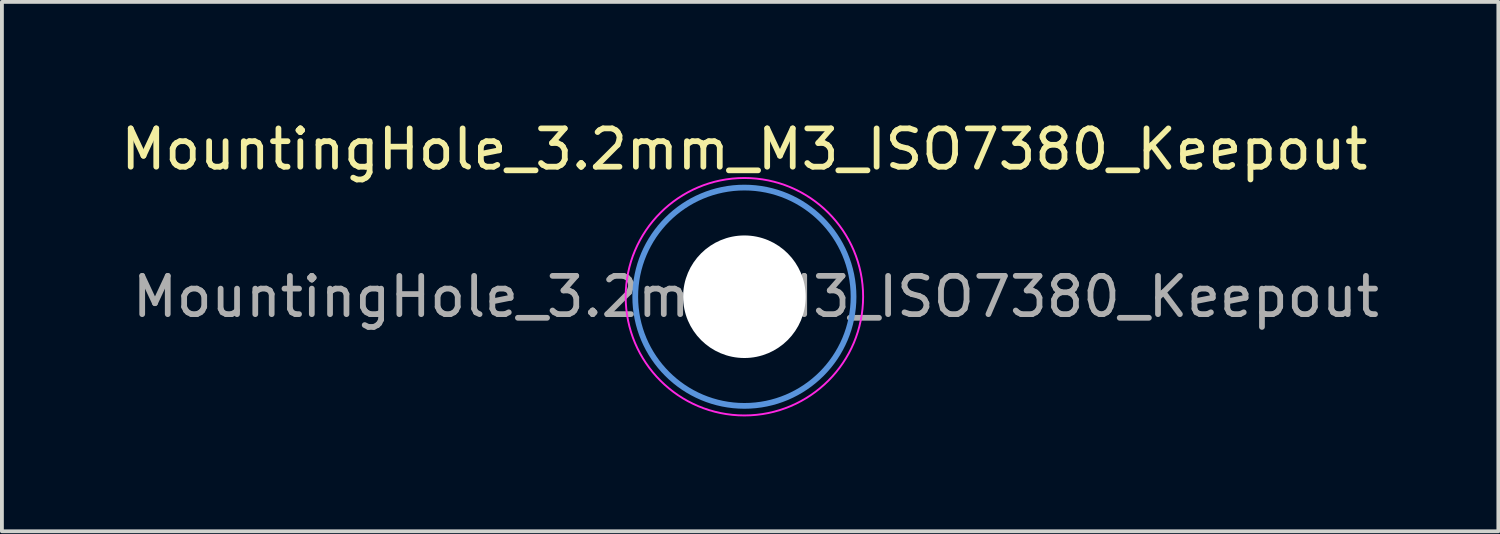
<source format=kicad_pcb>
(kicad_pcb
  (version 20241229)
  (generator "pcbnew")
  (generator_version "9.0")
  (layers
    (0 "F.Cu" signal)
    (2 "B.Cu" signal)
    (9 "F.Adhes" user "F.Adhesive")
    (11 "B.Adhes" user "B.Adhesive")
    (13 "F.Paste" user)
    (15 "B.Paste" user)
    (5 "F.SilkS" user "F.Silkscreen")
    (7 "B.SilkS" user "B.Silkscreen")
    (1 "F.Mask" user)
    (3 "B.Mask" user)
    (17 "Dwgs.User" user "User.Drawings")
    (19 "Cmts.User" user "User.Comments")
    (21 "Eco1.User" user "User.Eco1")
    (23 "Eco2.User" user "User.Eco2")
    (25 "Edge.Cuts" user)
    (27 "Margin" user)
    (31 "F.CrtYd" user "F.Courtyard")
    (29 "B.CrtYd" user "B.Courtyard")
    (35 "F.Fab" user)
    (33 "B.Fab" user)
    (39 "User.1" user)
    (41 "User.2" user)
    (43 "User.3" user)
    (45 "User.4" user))
  (footprint "MountingHole_3.2mm_M3_ISO7380_Keepout"
    (layer "F.Cu")
    (at 16.387 4.698)
    (property "Reference" "MountingHole_3.2mm_M3_ISO7380_Keepout" (at 0 -3.85 0) (layer "F.SilkS") (effects (font (size 1 1) (thickness 0.15))))
    (attr exclude_from_pos_files exclude_from_bom)
    (fp_circle (center 0 0) (end 2.85 0) (stroke (width 0.15) (type solid)) (fill no) (layer "Cmts.User"))
    (fp_circle (center 0 0) (end 3.1 0) (stroke (width 0.05) (type solid)) (fill no) (layer "F.CrtYd"))
    (fp_text user "${REFERENCE}" (at 0.3 0 0) (layer "F.Fab") (effects (font (size 1 1) (thickness 0.15))))
    (pad "" np_thru_hole circle (at 0 0) (size 3.2 3.2) (drill 3.2) (layers "*.Cu" "*.Mask")))
  (gr_rect
    (start -3 -3)
    (end 36.074 10.823)
    (stroke (width 0.1) (type default))
    (fill no)
    (layer "Edge.Cuts")))
</source>
